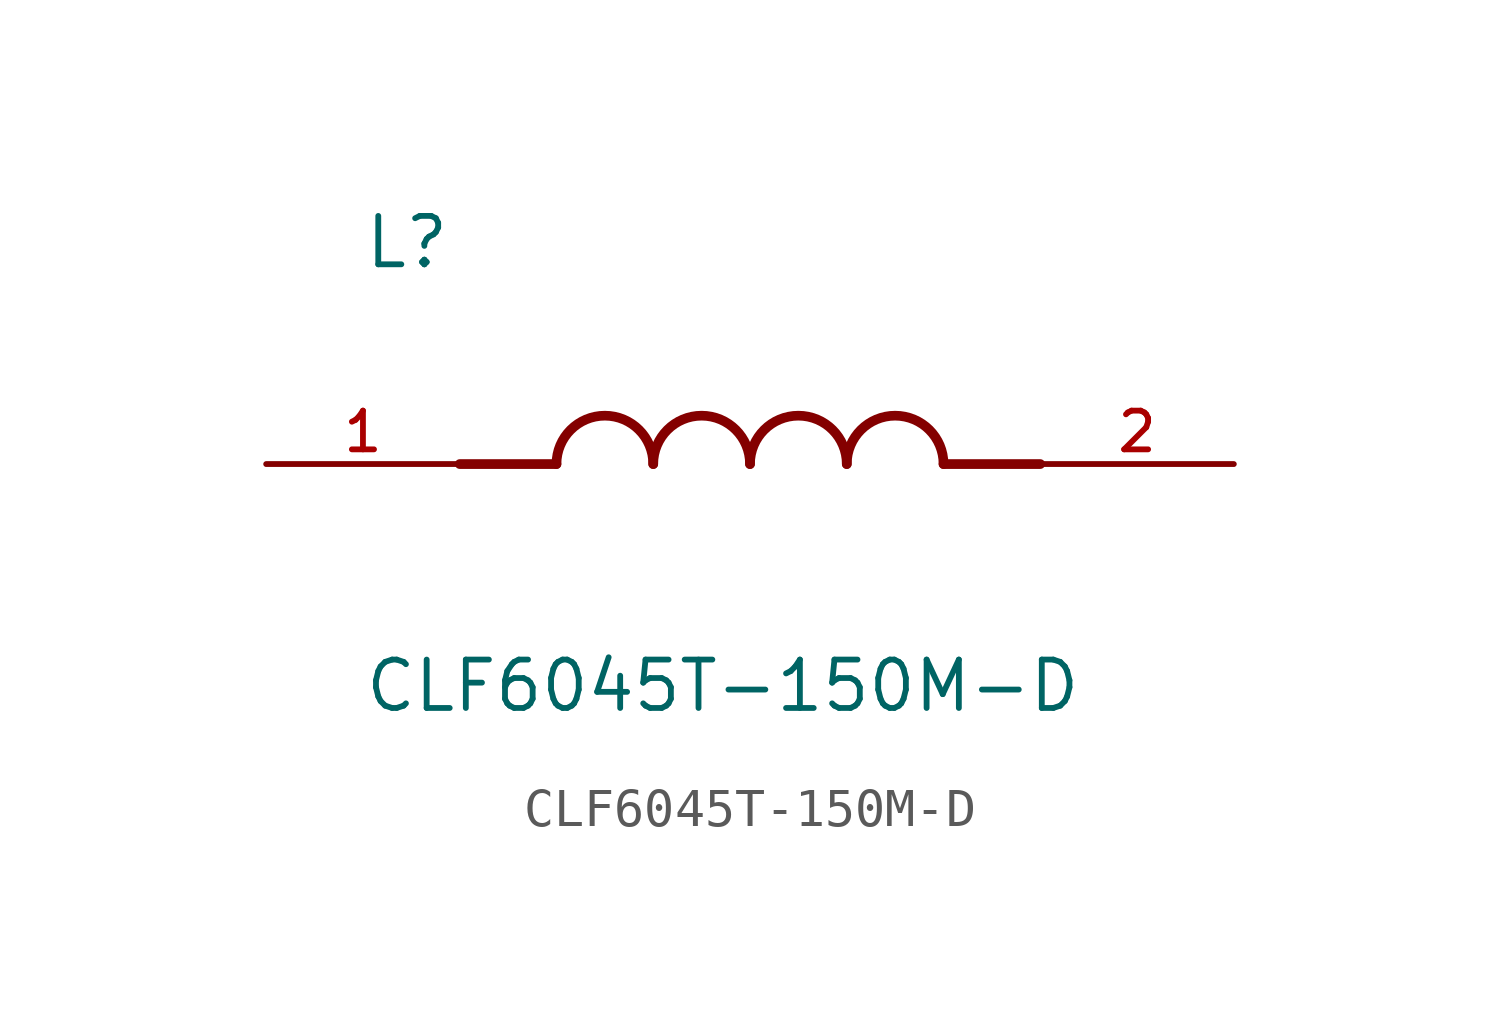
<source format=kicad_sym>
(kicad_symbol_lib
  (version 20211014)
  (generator kicad_symbol_editor)
  (symbol "CLF6045T-150M-D"
    (pin_names
      (offset 1.016))
    (property "Reference" "L"
      (at -10.16 5.08 0)
      (effects (font (size 1.27 1.27)) (justify bottom left)))
    (property "Value" "CLF6045T-150M-D"
      (at -10.16 -5.08 0)
      (effects (font (size 1.27 1.27)) (justify top left)))
    (symbol "CLF6045T-150M-D_0_0"
      (polyline (pts (xy -5.08 0.0) (xy -7.62 0.0)) (stroke (width 0.254)))
      (polyline (pts (xy 5.08 0.0) (xy 7.62 0.0)) (stroke (width 0.254)))
      (arc (start -2.54 0.0) (mid -3.81 1.27) (end -5.08 0.0) (stroke (width 0.254) (type default) (color 0 0 0 0)) (fill (type none)))
      (arc (start 0.0 0.0) (mid -1.27 1.27) (end -2.54 0.0) (stroke (width 0.254) (type default) (color 0 0 0 0)) (fill (type none)))
      (arc (start 2.54 0.0) (mid 1.27 1.27) (end 0.0 0.0) (stroke (width 0.254) (type default) (color 0 0 0 0)) (fill (type none)))
      (arc (start 5.08 0.0) (mid 3.81 1.27) (end 2.54 0.0) (stroke (width 0.254) (type default) (color 0 0 0 0)) (fill (type none)))
      (pin passive line (at -12.7 0.0 0) (length 5.08) (name "~" (effects (font (size 1.016 1.016)))) (number "1" (effects (font (size 1.016 1.016)))))
      (pin passive line (at 12.7 0.0 180.0) (length 5.08) (name "~" (effects (font (size 1.016 1.016)))) (number "2" (effects (font (size 1.016 1.016))))))))
</source>
